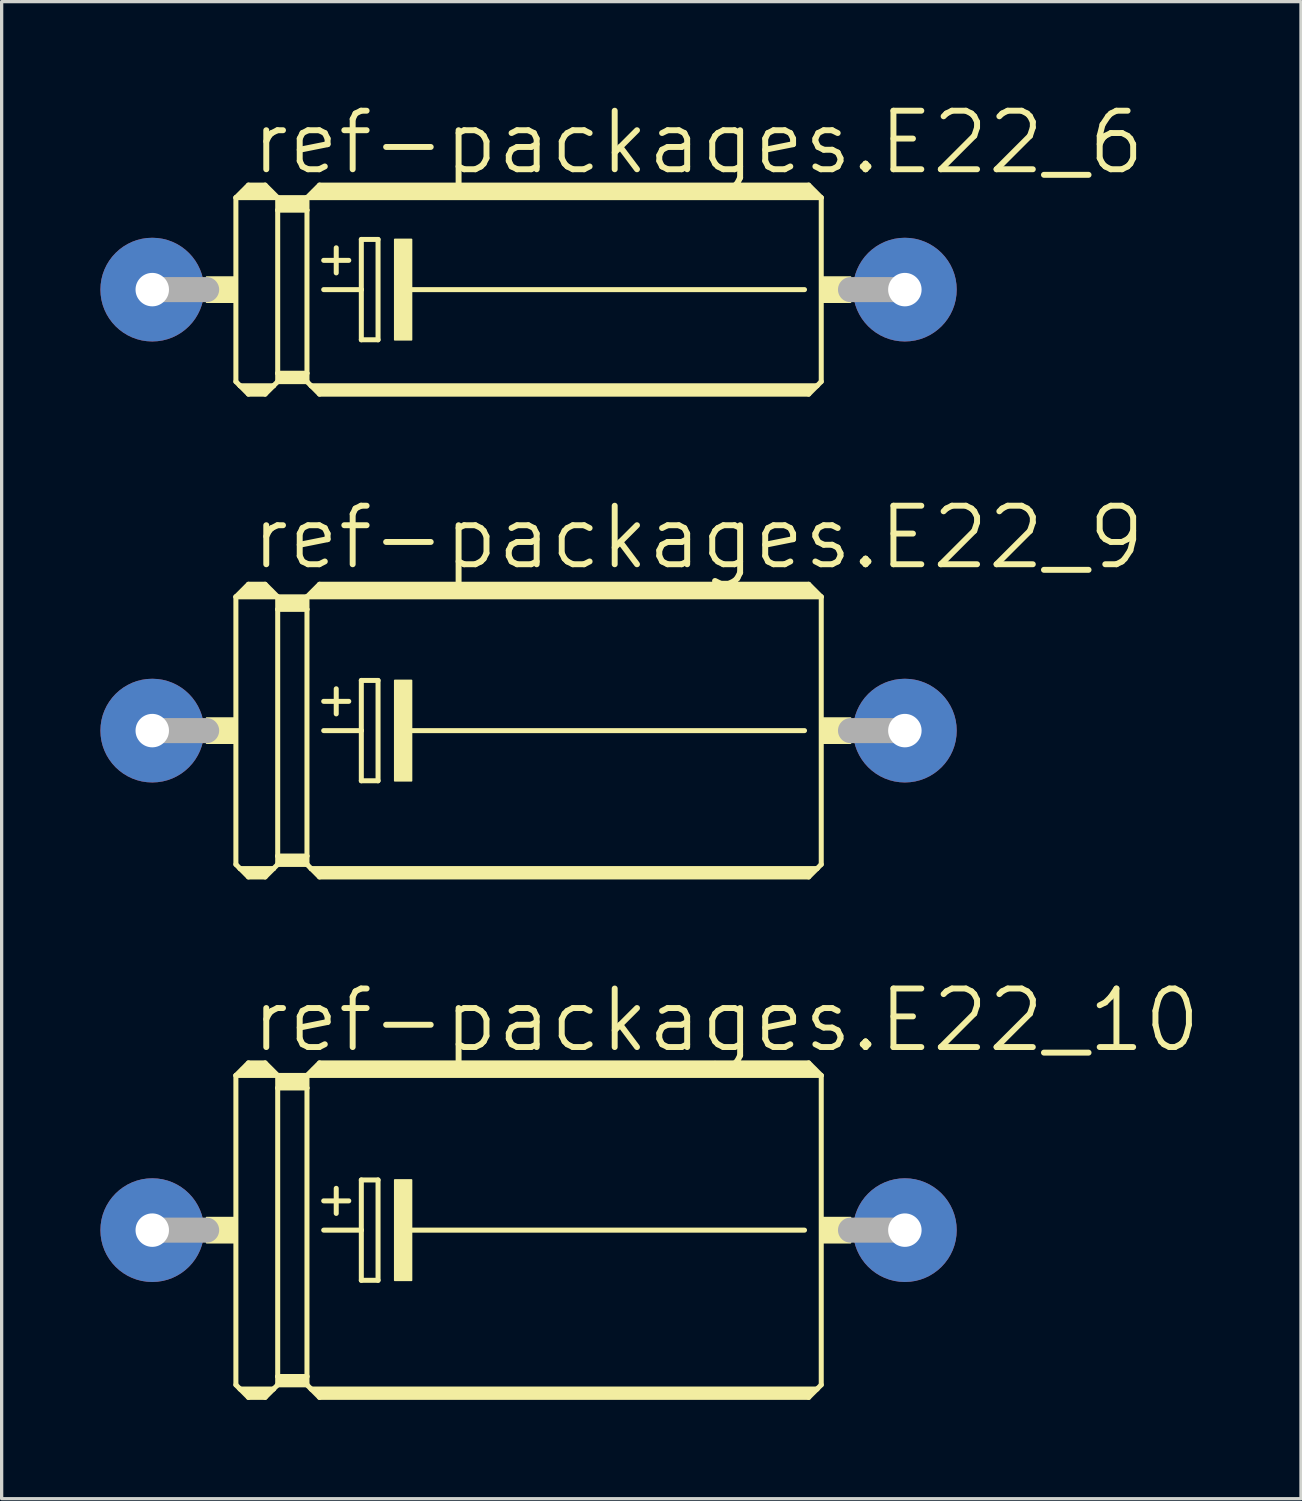
<source format=kicad_pcb>
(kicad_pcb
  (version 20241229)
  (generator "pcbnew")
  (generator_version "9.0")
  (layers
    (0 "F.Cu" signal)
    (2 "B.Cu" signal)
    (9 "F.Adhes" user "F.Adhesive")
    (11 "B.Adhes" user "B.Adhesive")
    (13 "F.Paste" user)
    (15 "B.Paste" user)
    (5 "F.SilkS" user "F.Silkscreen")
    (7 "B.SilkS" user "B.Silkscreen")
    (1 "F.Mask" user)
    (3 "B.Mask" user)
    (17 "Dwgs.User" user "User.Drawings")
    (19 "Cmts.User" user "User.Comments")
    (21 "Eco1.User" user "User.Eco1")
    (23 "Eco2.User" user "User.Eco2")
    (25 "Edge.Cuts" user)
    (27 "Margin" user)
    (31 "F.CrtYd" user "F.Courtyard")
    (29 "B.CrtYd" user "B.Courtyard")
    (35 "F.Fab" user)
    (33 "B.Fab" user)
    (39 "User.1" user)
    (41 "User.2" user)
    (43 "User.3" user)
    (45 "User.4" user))
  (footprint "ref-packages.E22_9"
    (layer "F.Cu")
    (at 13.005 19.142)
    (property "Reference" "ref-packages.E22_9" (at -8.509 -4.826 0) (layer "F.SilkS") (effects (font (size 1.778 1.778) (thickness 0.18)) (justify left bottom)))
    (attr through_hole)
    (fp_line (start -8.89 -4.064) (end -8.89 4.064) (stroke (width 0.152) (type default)) (layer "F.SilkS"))
    (fp_line (start -8.89 -4.064) (end -8.509 -4.445) (stroke (width 0.152) (type default)) (layer "F.SilkS"))
    (fp_line (start -8.89 -4.064) (end -7.62 -4.064) (stroke (width 0.152) (type default)) (layer "F.SilkS"))
    (fp_line (start -8.89 4.064) (end -8.763 4.191) (stroke (width 0.152) (type default)) (layer "F.SilkS"))
    (fp_line (start -8.763 4.191) (end -8.509 4.445) (stroke (width 0.152) (type default)) (layer "F.SilkS"))
    (fp_line (start -8.763 4.191) (end -7.747 4.191) (stroke (width 0.152) (type default)) (layer "F.SilkS"))
    (fp_line (start -8.636 -4.191) (end -7.874 -4.191) (stroke (width 0.305) (type default)) (layer "F.SilkS"))
    (fp_line (start -8.509 -4.445) (end -8.001 -4.445) (stroke (width 0.152) (type default)) (layer "F.SilkS"))
    (fp_line (start -8.509 -4.318) (end -8.001 -4.318) (stroke (width 0.305) (type default)) (layer "F.SilkS"))
    (fp_line (start -8.509 4.318) (end -8.001 4.318) (stroke (width 0.254) (type default)) (layer "F.SilkS"))
    (fp_line (start -8.509 4.445) (end -8.001 4.445) (stroke (width 0.152) (type default)) (layer "F.SilkS"))
    (fp_line (start -7.747 4.191) (end -8.001 4.445) (stroke (width 0.152) (type default)) (layer "F.SilkS"))
    (fp_line (start -7.62 -4.064) (end -8.001 -4.445) (stroke (width 0.152) (type default)) (layer "F.SilkS"))
    (fp_line (start -7.62 -4.064) (end -7.62 -3.683) (stroke (width 0.152) (type default)) (layer "F.SilkS"))
    (fp_line (start -7.62 -4.064) (end -6.731 -4.064) (stroke (width 0.152) (type default)) (layer "F.SilkS"))
    (fp_line (start -7.62 -3.683) (end -6.731 -3.683) (stroke (width 0.152) (type default)) (layer "F.SilkS"))
    (fp_line (start -7.62 3.81) (end -7.62 -3.683) (stroke (width 0.152) (type default)) (layer "F.SilkS"))
    (fp_line (start -7.62 3.81) (end -6.731 3.81) (stroke (width 0.152) (type default)) (layer "F.SilkS"))
    (fp_line (start -7.62 4.064) (end -7.747 4.191) (stroke (width 0.152) (type default)) (layer "F.SilkS"))
    (fp_line (start -7.62 4.064) (end -7.62 3.81) (stroke (width 0.152) (type default)) (layer "F.SilkS"))
    (fp_line (start -7.62 4.064) (end -6.731 4.064) (stroke (width 0.152) (type default)) (layer "F.SilkS"))
    (fp_line (start -7.493 -3.937) (end -6.858 -3.937) (stroke (width 0.305) (type default)) (layer "F.SilkS"))
    (fp_line (start -7.493 -3.81) (end -6.858 -3.81) (stroke (width 0.305) (type default)) (layer "F.SilkS"))
    (fp_line (start -7.493 3.937) (end -6.858 3.937) (stroke (width 0.254) (type default)) (layer "F.SilkS"))
    (fp_line (start -6.731 -4.064) (end -6.731 -3.683) (stroke (width 0.152) (type default)) (layer "F.SilkS"))
    (fp_line (start -6.731 -4.064) (end 8.89 -4.064) (stroke (width 0.152) (type default)) (layer "F.SilkS"))
    (fp_line (start -6.731 -3.683) (end -6.731 3.81) (stroke (width 0.152) (type default)) (layer "F.SilkS"))
    (fp_line (start -6.731 3.81) (end -6.731 4.064) (stroke (width 0.152) (type default)) (layer "F.SilkS"))
    (fp_line (start -6.604 4.191) (end -6.731 4.064) (stroke (width 0.152) (type default)) (layer "F.SilkS"))
    (fp_line (start -6.604 4.191) (end 8.763 4.191) (stroke (width 0.152) (type default)) (layer "F.SilkS"))
    (fp_line (start -6.477 -4.191) (end 8.636 -4.191) (stroke (width 0.305) (type default)) (layer "F.SilkS"))
    (fp_line (start -6.35 -4.445) (end -6.731 -4.064) (stroke (width 0.152) (type default)) (layer "F.SilkS"))
    (fp_line (start -6.35 -4.445) (end 8.509 -4.445) (stroke (width 0.152) (type default)) (layer "F.SilkS"))
    (fp_line (start -6.35 -4.318) (end 8.509 -4.318) (stroke (width 0.305) (type default)) (layer "F.SilkS"))
    (fp_line (start -6.35 4.318) (end 8.509 4.318) (stroke (width 0.254) (type default)) (layer "F.SilkS"))
    (fp_line (start -6.35 4.445) (end -6.604 4.191) (stroke (width 0.152) (type default)) (layer "F.SilkS"))
    (fp_line (start -6.35 4.445) (end 8.509 4.445) (stroke (width 0.152) (type default)) (layer "F.SilkS"))
    (fp_line (start -6.223 -0.889) (end -5.461 -0.889) (stroke (width 0.152) (type default)) (layer "F.SilkS"))
    (fp_line (start -6.223 0) (end -5.08 0) (stroke (width 0.152) (type default)) (layer "F.SilkS"))
    (fp_line (start -5.842 -1.27) (end -5.842 -0.508) (stroke (width 0.152) (type default)) (layer "F.SilkS"))
    (fp_line (start -5.08 -1.524) (end -5.08 0) (stroke (width 0.152) (type default)) (layer "F.SilkS"))
    (fp_line (start -5.08 0) (end -5.08 1.524) (stroke (width 0.152) (type default)) (layer "F.SilkS"))
    (fp_line (start -5.08 1.524) (end -4.572 1.524) (stroke (width 0.152) (type default)) (layer "F.SilkS"))
    (fp_line (start -4.572 -1.524) (end -5.08 -1.524) (stroke (width 0.152) (type default)) (layer "F.SilkS"))
    (fp_line (start -4.572 1.524) (end -4.572 -1.524) (stroke (width 0.152) (type default)) (layer "F.SilkS"))
    (fp_line (start -3.683 0) (end 8.382 0) (stroke (width 0.152) (type default)) (layer "F.SilkS"))
    (fp_line (start 8.509 -4.445) (end 8.89 -4.064) (stroke (width 0.152) (type default)) (layer "F.SilkS"))
    (fp_line (start 8.509 4.445) (end 8.763 4.191) (stroke (width 0.152) (type default)) (layer "F.SilkS"))
    (fp_line (start 8.763 4.191) (end 8.89 4.064) (stroke (width 0.152) (type default)) (layer "F.SilkS"))
    (fp_line (start 8.89 -4.064) (end 8.89 4.064) (stroke (width 0.152) (type default)) (layer "F.SilkS"))
    (fp_rect (start -9.779 0.381) (end -8.89 -0.381) (stroke (width 0.05) (type default)) (fill yes) (layer "F.SilkS"))
    (fp_rect (start -4.064 1.524) (end -3.556 -1.524) (stroke (width 0.05) (type default)) (fill yes) (layer "F.SilkS"))
    (fp_rect (start 8.89 0.381) (end 9.779 -0.381) (stroke (width 0.05) (type default)) (fill yes) (layer "F.SilkS"))
    (fp_line (start -11.43 0) (end -9.779 0) (stroke (width 0.762) (type default)) (layer "F.Fab"))
    (fp_line (start 11.43 0) (end 9.779 0) (stroke (width 0.762) (type default)) (layer "F.Fab"))
    (pad "+" thru_hole circle (at -11.43 0) (size 3.15 3.15) (drill 1.016) (layers "*.Cu" "*.Mask"))
    (pad "-" thru_hole circle (at 11.43 0) (size 3.15 3.15) (drill 1.016) (layers "*.Cu" "*.Mask")))
  (footprint "ref-packages.E22_6"
    (layer "F.Cu")
    (at 13.005 5.747)
    (property "Reference" "ref-packages.E22_6" (at -8.509 -3.429 0) (layer "F.SilkS") (effects (font (size 1.778 1.778) (thickness 0.18)) (justify left bottom)))
    (attr through_hole)
    (fp_line (start -8.89 -2.794) (end -8.89 2.794) (stroke (width 0.152) (type default)) (layer "F.SilkS"))
    (fp_line (start -8.89 -2.794) (end -8.509 -3.175) (stroke (width 0.152) (type default)) (layer "F.SilkS"))
    (fp_line (start -8.89 -2.794) (end -7.62 -2.794) (stroke (width 0.152) (type default)) (layer "F.SilkS"))
    (fp_line (start -8.89 2.794) (end -8.763 2.921) (stroke (width 0.152) (type default)) (layer "F.SilkS"))
    (fp_line (start -8.763 2.921) (end -8.509 3.175) (stroke (width 0.152) (type default)) (layer "F.SilkS"))
    (fp_line (start -8.763 2.921) (end -7.747 2.921) (stroke (width 0.152) (type default)) (layer "F.SilkS"))
    (fp_line (start -8.636 -2.921) (end -7.874 -2.921) (stroke (width 0.305) (type default)) (layer "F.SilkS"))
    (fp_line (start -8.509 -3.175) (end -8.001 -3.175) (stroke (width 0.152) (type default)) (layer "F.SilkS"))
    (fp_line (start -8.509 -3.048) (end -8.001 -3.048) (stroke (width 0.305) (type default)) (layer "F.SilkS"))
    (fp_line (start -8.509 3.048) (end -8.001 3.048) (stroke (width 0.254) (type default)) (layer "F.SilkS"))
    (fp_line (start -8.509 3.175) (end -8.001 3.175) (stroke (width 0.152) (type default)) (layer "F.SilkS"))
    (fp_line (start -7.747 2.921) (end -8.001 3.175) (stroke (width 0.152) (type default)) (layer "F.SilkS"))
    (fp_line (start -7.62 -2.794) (end -8.001 -3.175) (stroke (width 0.152) (type default)) (layer "F.SilkS"))
    (fp_line (start -7.62 -2.794) (end -7.62 -2.413) (stroke (width 0.152) (type default)) (layer "F.SilkS"))
    (fp_line (start -7.62 -2.794) (end -6.731 -2.794) (stroke (width 0.152) (type default)) (layer "F.SilkS"))
    (fp_line (start -7.62 -2.413) (end -6.731 -2.413) (stroke (width 0.152) (type default)) (layer "F.SilkS"))
    (fp_line (start -7.62 2.54) (end -7.62 -2.413) (stroke (width 0.152) (type default)) (layer "F.SilkS"))
    (fp_line (start -7.62 2.54) (end -6.731 2.54) (stroke (width 0.152) (type default)) (layer "F.SilkS"))
    (fp_line (start -7.62 2.794) (end -7.747 2.921) (stroke (width 0.152) (type default)) (layer "F.SilkS"))
    (fp_line (start -7.62 2.794) (end -7.62 2.54) (stroke (width 0.152) (type default)) (layer "F.SilkS"))
    (fp_line (start -7.62 2.794) (end -6.731 2.794) (stroke (width 0.152) (type default)) (layer "F.SilkS"))
    (fp_line (start -7.493 -2.667) (end -6.858 -2.667) (stroke (width 0.305) (type default)) (layer "F.SilkS"))
    (fp_line (start -7.493 -2.54) (end -6.858 -2.54) (stroke (width 0.305) (type default)) (layer "F.SilkS"))
    (fp_line (start -7.493 2.667) (end -6.858 2.667) (stroke (width 0.254) (type default)) (layer "F.SilkS"))
    (fp_line (start -6.731 -2.794) (end -6.731 -2.413) (stroke (width 0.152) (type default)) (layer "F.SilkS"))
    (fp_line (start -6.731 -2.794) (end 8.89 -2.794) (stroke (width 0.152) (type default)) (layer "F.SilkS"))
    (fp_line (start -6.731 -2.413) (end -6.731 2.54) (stroke (width 0.152) (type default)) (layer "F.SilkS"))
    (fp_line (start -6.731 2.54) (end -6.731 2.794) (stroke (width 0.152) (type default)) (layer "F.SilkS"))
    (fp_line (start -6.604 2.921) (end -6.731 2.794) (stroke (width 0.152) (type default)) (layer "F.SilkS"))
    (fp_line (start -6.604 2.921) (end 8.763 2.921) (stroke (width 0.152) (type default)) (layer "F.SilkS"))
    (fp_line (start -6.477 -2.921) (end 8.636 -2.921) (stroke (width 0.305) (type default)) (layer "F.SilkS"))
    (fp_line (start -6.35 -3.175) (end -6.731 -2.794) (stroke (width 0.152) (type default)) (layer "F.SilkS"))
    (fp_line (start -6.35 -3.175) (end 8.509 -3.175) (stroke (width 0.152) (type default)) (layer "F.SilkS"))
    (fp_line (start -6.35 -3.048) (end 8.509 -3.048) (stroke (width 0.305) (type default)) (layer "F.SilkS"))
    (fp_line (start -6.35 3.048) (end 8.509 3.048) (stroke (width 0.254) (type default)) (layer "F.SilkS"))
    (fp_line (start -6.35 3.175) (end -6.604 2.921) (stroke (width 0.152) (type default)) (layer "F.SilkS"))
    (fp_line (start -6.35 3.175) (end 8.509 3.175) (stroke (width 0.152) (type default)) (layer "F.SilkS"))
    (fp_line (start -6.223 -0.889) (end -5.461 -0.889) (stroke (width 0.152) (type default)) (layer "F.SilkS"))
    (fp_line (start -6.223 0) (end -5.08 0) (stroke (width 0.152) (type default)) (layer "F.SilkS"))
    (fp_line (start -5.842 -1.27) (end -5.842 -0.508) (stroke (width 0.152) (type default)) (layer "F.SilkS"))
    (fp_line (start -5.08 -1.524) (end -5.08 0) (stroke (width 0.152) (type default)) (layer "F.SilkS"))
    (fp_line (start -5.08 0) (end -5.08 1.524) (stroke (width 0.152) (type default)) (layer "F.SilkS"))
    (fp_line (start -5.08 1.524) (end -4.572 1.524) (stroke (width 0.152) (type default)) (layer "F.SilkS"))
    (fp_line (start -4.572 -1.524) (end -5.08 -1.524) (stroke (width 0.152) (type default)) (layer "F.SilkS"))
    (fp_line (start -4.572 1.524) (end -4.572 -1.524) (stroke (width 0.152) (type default)) (layer "F.SilkS"))
    (fp_line (start -3.683 0) (end 8.382 0) (stroke (width 0.152) (type default)) (layer "F.SilkS"))
    (fp_line (start 8.509 -3.175) (end 8.89 -2.794) (stroke (width 0.152) (type default)) (layer "F.SilkS"))
    (fp_line (start 8.509 3.175) (end 8.763 2.921) (stroke (width 0.152) (type default)) (layer "F.SilkS"))
    (fp_line (start 8.763 2.921) (end 8.89 2.794) (stroke (width 0.152) (type default)) (layer "F.SilkS"))
    (fp_line (start 8.89 -2.794) (end 8.89 2.794) (stroke (width 0.152) (type default)) (layer "F.SilkS"))
    (fp_rect (start -9.779 0.381) (end -8.89 -0.381) (stroke (width 0.05) (type default)) (fill yes) (layer "F.SilkS"))
    (fp_rect (start -4.064 1.524) (end -3.556 -1.524) (stroke (width 0.05) (type default)) (fill yes) (layer "F.SilkS"))
    (fp_rect (start 8.89 0.381) (end 9.779 -0.381) (stroke (width 0.05) (type default)) (fill yes) (layer "F.SilkS"))
    (fp_line (start -11.43 0) (end -9.779 0) (stroke (width 0.762) (type default)) (layer "F.Fab"))
    (fp_line (start 11.43 0) (end 9.779 0) (stroke (width 0.762) (type default)) (layer "F.Fab"))
    (pad "+" thru_hole circle (at -11.43 0) (size 3.15 3.15) (drill 1.016) (layers "*.Cu" "*.Mask"))
    (pad "-" thru_hole circle (at 11.43 0) (size 3.15 3.15) (drill 1.016) (layers "*.Cu" "*.Mask")))
  (footprint "ref-packages.E22_10"
    (layer "F.Cu")
    (at 13.005 34.315)
    (property "Reference" "ref-packages.E22_10" (at -8.509 -5.334 0) (layer "F.SilkS") (effects (font (size 1.778 1.778) (thickness 0.18)) (justify left bottom)))
    (attr through_hole)
    (fp_line (start -8.89 -4.699) (end -8.89 4.699) (stroke (width 0.152) (type default)) (layer "F.SilkS"))
    (fp_line (start -8.89 -4.699) (end -8.509 -5.08) (stroke (width 0.152) (type default)) (layer "F.SilkS"))
    (fp_line (start -8.89 -4.699) (end -7.62 -4.699) (stroke (width 0.152) (type default)) (layer "F.SilkS"))
    (fp_line (start -8.89 4.699) (end -8.763 4.826) (stroke (width 0.152) (type default)) (layer "F.SilkS"))
    (fp_line (start -8.763 4.826) (end -8.509 5.08) (stroke (width 0.152) (type default)) (layer "F.SilkS"))
    (fp_line (start -8.763 4.826) (end -7.747 4.826) (stroke (width 0.152) (type default)) (layer "F.SilkS"))
    (fp_line (start -8.636 -4.826) (end -7.874 -4.826) (stroke (width 0.305) (type default)) (layer "F.SilkS"))
    (fp_line (start -8.509 -5.08) (end -8.001 -5.08) (stroke (width 0.152) (type default)) (layer "F.SilkS"))
    (fp_line (start -8.509 -4.953) (end -8.001 -4.953) (stroke (width 0.305) (type default)) (layer "F.SilkS"))
    (fp_line (start -8.509 4.953) (end -8.001 4.953) (stroke (width 0.254) (type default)) (layer "F.SilkS"))
    (fp_line (start -8.509 5.08) (end -8.001 5.08) (stroke (width 0.152) (type default)) (layer "F.SilkS"))
    (fp_line (start -7.747 4.826) (end -8.001 5.08) (stroke (width 0.152) (type default)) (layer "F.SilkS"))
    (fp_line (start -7.62 -4.699) (end -8.001 -5.08) (stroke (width 0.152) (type default)) (layer "F.SilkS"))
    (fp_line (start -7.62 -4.699) (end -7.62 -4.318) (stroke (width 0.152) (type default)) (layer "F.SilkS"))
    (fp_line (start -7.62 -4.699) (end -6.731 -4.699) (stroke (width 0.152) (type default)) (layer "F.SilkS"))
    (fp_line (start -7.62 -4.318) (end -6.731 -4.318) (stroke (width 0.152) (type default)) (layer "F.SilkS"))
    (fp_line (start -7.62 4.445) (end -7.62 -4.318) (stroke (width 0.152) (type default)) (layer "F.SilkS"))
    (fp_line (start -7.62 4.445) (end -6.731 4.445) (stroke (width 0.152) (type default)) (layer "F.SilkS"))
    (fp_line (start -7.62 4.699) (end -7.747 4.826) (stroke (width 0.152) (type default)) (layer "F.SilkS"))
    (fp_line (start -7.62 4.699) (end -7.62 4.445) (stroke (width 0.152) (type default)) (layer "F.SilkS"))
    (fp_line (start -7.62 4.699) (end -6.731 4.699) (stroke (width 0.152) (type default)) (layer "F.SilkS"))
    (fp_line (start -7.493 -4.572) (end -6.858 -4.572) (stroke (width 0.305) (type default)) (layer "F.SilkS"))
    (fp_line (start -7.493 -4.445) (end -6.858 -4.445) (stroke (width 0.305) (type default)) (layer "F.SilkS"))
    (fp_line (start -7.493 4.572) (end -6.858 4.572) (stroke (width 0.254) (type default)) (layer "F.SilkS"))
    (fp_line (start -6.731 -4.699) (end -6.731 -4.318) (stroke (width 0.152) (type default)) (layer "F.SilkS"))
    (fp_line (start -6.731 -4.699) (end 8.89 -4.699) (stroke (width 0.152) (type default)) (layer "F.SilkS"))
    (fp_line (start -6.731 -4.318) (end -6.731 4.445) (stroke (width 0.152) (type default)) (layer "F.SilkS"))
    (fp_line (start -6.731 4.445) (end -6.731 4.699) (stroke (width 0.152) (type default)) (layer "F.SilkS"))
    (fp_line (start -6.604 4.826) (end -6.731 4.699) (stroke (width 0.152) (type default)) (layer "F.SilkS"))
    (fp_line (start -6.604 4.826) (end 8.763 4.826) (stroke (width 0.152) (type default)) (layer "F.SilkS"))
    (fp_line (start -6.477 -4.826) (end 8.636 -4.826) (stroke (width 0.305) (type default)) (layer "F.SilkS"))
    (fp_line (start -6.35 -5.08) (end -6.731 -4.699) (stroke (width 0.152) (type default)) (layer "F.SilkS"))
    (fp_line (start -6.35 -5.08) (end 8.509 -5.08) (stroke (width 0.152) (type default)) (layer "F.SilkS"))
    (fp_line (start -6.35 -4.953) (end 8.509 -4.953) (stroke (width 0.305) (type default)) (layer "F.SilkS"))
    (fp_line (start -6.35 4.953) (end 8.509 4.953) (stroke (width 0.254) (type default)) (layer "F.SilkS"))
    (fp_line (start -6.35 5.08) (end -6.604 4.826) (stroke (width 0.152) (type default)) (layer "F.SilkS"))
    (fp_line (start -6.35 5.08) (end 8.509 5.08) (stroke (width 0.152) (type default)) (layer "F.SilkS"))
    (fp_line (start -6.223 -0.889) (end -5.461 -0.889) (stroke (width 0.152) (type default)) (layer "F.SilkS"))
    (fp_line (start -6.223 0) (end -5.08 0) (stroke (width 0.152) (type default)) (layer "F.SilkS"))
    (fp_line (start -5.842 -1.27) (end -5.842 -0.508) (stroke (width 0.152) (type default)) (layer "F.SilkS"))
    (fp_line (start -5.08 -1.524) (end -5.08 0) (stroke (width 0.152) (type default)) (layer "F.SilkS"))
    (fp_line (start -5.08 0) (end -5.08 1.524) (stroke (width 0.152) (type default)) (layer "F.SilkS"))
    (fp_line (start -5.08 1.524) (end -4.572 1.524) (stroke (width 0.152) (type default)) (layer "F.SilkS"))
    (fp_line (start -4.572 -1.524) (end -5.08 -1.524) (stroke (width 0.152) (type default)) (layer "F.SilkS"))
    (fp_line (start -4.572 1.524) (end -4.572 -1.524) (stroke (width 0.152) (type default)) (layer "F.SilkS"))
    (fp_line (start -3.683 0) (end 8.382 0) (stroke (width 0.152) (type default)) (layer "F.SilkS"))
    (fp_line (start 8.509 -5.08) (end 8.89 -4.699) (stroke (width 0.152) (type default)) (layer "F.SilkS"))
    (fp_line (start 8.509 5.08) (end 8.763 4.826) (stroke (width 0.152) (type default)) (layer "F.SilkS"))
    (fp_line (start 8.763 4.826) (end 8.89 4.699) (stroke (width 0.152) (type default)) (layer "F.SilkS"))
    (fp_line (start 8.89 -4.699) (end 8.89 4.699) (stroke (width 0.152) (type default)) (layer "F.SilkS"))
    (fp_rect (start -9.779 0.381) (end -8.89 -0.381) (stroke (width 0.05) (type default)) (fill yes) (layer "F.SilkS"))
    (fp_rect (start -4.064 1.524) (end -3.556 -1.524) (stroke (width 0.05) (type default)) (fill yes) (layer "F.SilkS"))
    (fp_rect (start 8.89 0.381) (end 9.779 -0.381) (stroke (width 0.05) (type default)) (fill yes) (layer "F.SilkS"))
    (fp_line (start -11.43 0) (end -9.779 0) (stroke (width 0.762) (type default)) (layer "F.Fab"))
    (fp_line (start 11.43 0) (end 9.779 0) (stroke (width 0.762) (type default)) (layer "F.Fab"))
    (pad "+" thru_hole circle (at -11.43 0) (size 3.15 3.15) (drill 1.016) (layers "*.Cu" "*.Mask"))
    (pad "-" thru_hole circle (at 11.43 0) (size 3.15 3.15) (drill 1.016) (layers "*.Cu" "*.Mask")))
  (gr_rect
    (start -3 -3)
    (end 36.467 42.472)
    (stroke (width 0.1) (type default))
    (fill no)
    (layer "Edge.Cuts")))
</source>
